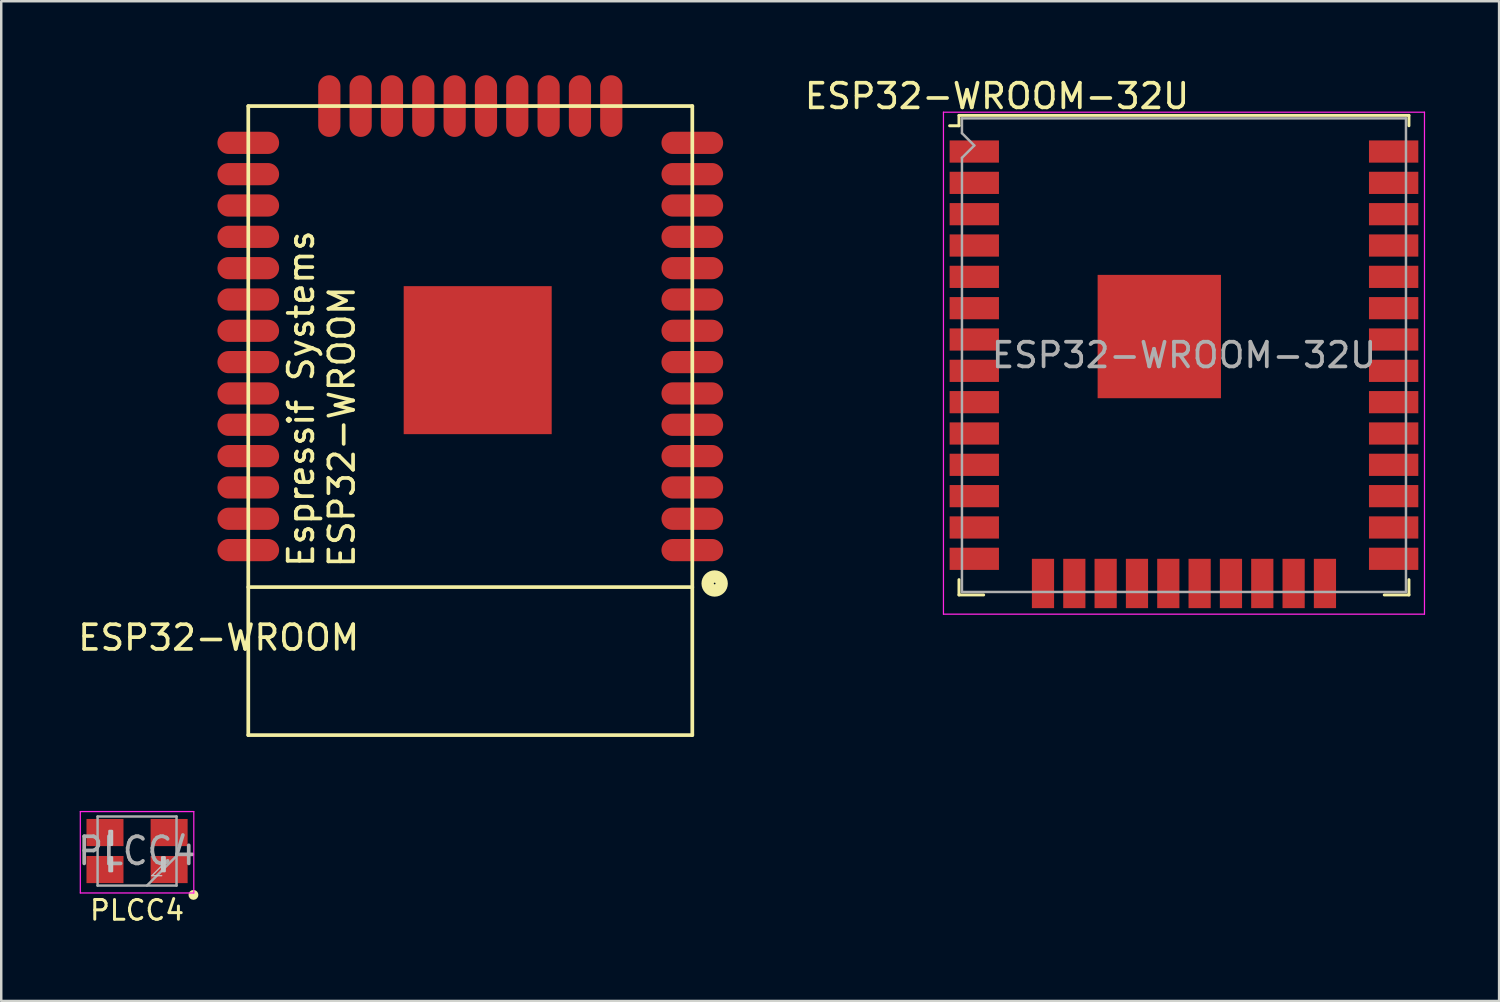
<source format=kicad_pcb>
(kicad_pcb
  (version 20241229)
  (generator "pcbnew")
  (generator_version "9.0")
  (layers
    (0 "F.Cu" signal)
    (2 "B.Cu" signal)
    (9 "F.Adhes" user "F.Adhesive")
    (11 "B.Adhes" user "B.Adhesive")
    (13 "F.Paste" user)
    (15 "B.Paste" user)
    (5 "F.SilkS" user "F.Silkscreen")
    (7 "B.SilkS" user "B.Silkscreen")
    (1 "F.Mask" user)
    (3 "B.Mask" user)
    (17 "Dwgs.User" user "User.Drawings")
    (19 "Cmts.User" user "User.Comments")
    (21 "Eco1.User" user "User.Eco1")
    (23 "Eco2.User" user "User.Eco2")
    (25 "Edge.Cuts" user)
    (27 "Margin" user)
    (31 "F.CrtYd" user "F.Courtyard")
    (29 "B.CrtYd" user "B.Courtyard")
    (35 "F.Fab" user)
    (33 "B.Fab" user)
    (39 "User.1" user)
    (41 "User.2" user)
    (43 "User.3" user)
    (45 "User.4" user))
  (footprint "PLCC4"
    (layer "F.Cu")
    (at 2.506 31.45)
    (property "Reference" "PLCC4" (at 0 2.4 0) (layer "F.SilkS") (effects (font (size 0.8 0.8) (thickness 0.12))))
    (attr smd)
    (fp_circle (center 2.286 1.778) (end 2.386 1.778) (stroke (width 0.2) (type solid)) (fill no) (layer "F.SilkS"))
    (fp_line (start 1 0.6) (end 0.6 1) (stroke (width 0.05) (type solid)) (layer "Dwgs.User"))
    (fp_line (start 1 1) (end 0.6 1) (stroke (width 0.05) (type solid)) (layer "Dwgs.User"))
    (fp_poly (pts (xy -1.119 -0.813) (xy -1.016 -0.813) (xy -1.016 -0.254) (xy -1.119 -0.254)) (stroke (width 0.1) (type solid)) (fill no) (layer "Dwgs.User"))
    (fp_poly (pts (xy -1.118 0.254) (xy -1.016 0.254) (xy -1.016 0.813) (xy -1.118 0.813)) (stroke (width 0.1) (type solid)) (fill no) (layer "Dwgs.User"))
    (fp_poly (pts (xy 1.017 0.254) (xy 1.118 0.254) (xy 1.118 0.814) (xy 1.017 0.814)) (stroke (width 0.1) (type solid)) (fill no) (layer "Dwgs.User"))
    (fp_line (start -2.3 -1.6) (end -2.3 1.7) (stroke (width 0.05) (type solid)) (layer "F.CrtYd"))
    (fp_line (start -2.3 -1.6) (end 2.3 -1.6) (stroke (width 0.05) (type solid)) (layer "F.CrtYd"))
    (fp_line (start 2.3 -1.6) (end 2.3 1.7) (stroke (width 0.05) (type solid)) (layer "F.CrtYd"))
    (fp_line (start 2.3 1.7) (end -2.3 1.7) (stroke (width 0.05) (type solid)) (layer "F.CrtYd"))
    (fp_line (start -1.6 -1.4) (end -1.6 1.4) (stroke (width 0.1) (type solid)) (layer "F.Fab"))
    (fp_line (start -1.6 -1.4) (end 1.6 -1.4) (stroke (width 0.1) (type solid)) (layer "F.Fab"))
    (fp_line (start -1.6 1.4) (end 1.6 1.4) (stroke (width 0.1) (type solid)) (layer "F.Fab"))
    (fp_line (start 1.6 -1.4) (end 1.6 1.4) (stroke (width 0.1) (type solid)) (layer "F.Fab"))
    (fp_line (start 1.6 0.2) (end 0.4 1.4) (stroke (width 0.1) (type solid)) (layer "F.Fab"))
    (fp_text user "${REFERENCE}" (at 0 0 0) (layer "F.Fab") (effects (font (size 1.1 1) (thickness 0.15))))
    (pad "1" smd rect (at 1.3 0.75) (size 1.5 1.1) (layers "F.Cu" "F.Mask" "F.Paste"))
    (pad "2" smd rect (at 1.3 -0.75) (size 1.5 1.1) (layers "F.Cu" "F.Mask" "F.Paste"))
    (pad "3" smd rect (at -1.3 -0.75) (size 1.5 1.1) (layers "F.Cu" "F.Mask" "F.Paste"))
    (pad "4" smd rect (at -1.3 0.75) (size 1.5 1.1) (layers "F.Cu" "F.Mask" "F.Paste")))
  (footprint "ESP32-WROOM-32U"
    (layer "F.Cu")
    (at 44.946 11.348)
    (property "Reference" "ESP32-WROOM-32U" (at -7.58 -10.5 180) (layer "F.SilkS") (effects (font (size 1 1) (thickness 0.15))))
    (attr smd)
    (fp_line (start -9.12 -9.72) (end -9.12 -9.3) (stroke (width 0.12) (type solid)) (layer "F.SilkS"))
    (fp_line (start -9.12 -9.72) (end 9.12 -9.72) (stroke (width 0.12) (type solid)) (layer "F.SilkS"))
    (fp_line (start -9.12 -9.3) (end -9.5 -9.3) (stroke (width 0.12) (type solid)) (layer "F.SilkS"))
    (fp_line (start -9.12 9.1) (end -9.12 9.72) (stroke (width 0.12) (type solid)) (layer "F.SilkS"))
    (fp_line (start -9.12 9.72) (end -8.12 9.72) (stroke (width 0.12) (type solid)) (layer "F.SilkS"))
    (fp_line (start 9.12 -9.72) (end 9.12 -9.3) (stroke (width 0.12) (type solid)) (layer "F.SilkS"))
    (fp_line (start 9.12 9.1) (end 9.12 9.72) (stroke (width 0.12) (type solid)) (layer "F.SilkS"))
    (fp_line (start 9.12 9.72) (end 8.12 9.72) (stroke (width 0.12) (type solid)) (layer "F.SilkS"))
    (fp_line (start -9.75 10.5) (end -9.75 -9.85) (stroke (width 0.05) (type solid)) (layer "F.CrtYd"))
    (fp_line (start -9.75 10.5) (end 9.75 10.5) (stroke (width 0.05) (type solid)) (layer "F.CrtYd"))
    (fp_line (start 9.75 -9.85) (end -9.75 -9.85) (stroke (width 0.05) (type solid)) (layer "F.CrtYd"))
    (fp_line (start 9.75 -9.85) (end 9.75 10.5) (stroke (width 0.05) (type solid)) (layer "F.CrtYd"))
    (fp_line (start -9 -9.6) (end -9 -9) (stroke (width 0.1) (type solid)) (layer "F.Fab"))
    (fp_line (start -9 -9.6) (end 9 -9.6) (stroke (width 0.1) (type solid)) (layer "F.Fab"))
    (fp_line (start -9 -8) (end -9 9.6) (stroke (width 0.1) (type solid)) (layer "F.Fab"))
    (fp_line (start -9 -8) (end -8.5 -8.5) (stroke (width 0.1) (type solid)) (layer "F.Fab"))
    (fp_line (start -9 9.6) (end 9 9.6) (stroke (width 0.1) (type solid)) (layer "F.Fab"))
    (fp_line (start -8.5 -8.5) (end -9 -9) (stroke (width 0.1) (type solid)) (layer "F.Fab"))
    (fp_line (start 9 9.6) (end 9 -9.6) (stroke (width 0.1) (type solid)) (layer "F.Fab"))
    (fp_text user "${REFERENCE}" (at 0 0 0) (layer "F.Fab") (effects (font (size 1 1) (thickness 0.15))))
    (pad "1" smd rect (at -8.5 -8.255) (size 2 0.9) (layers "F.Cu" "F.Mask" "F.Paste"))
    (pad "2" smd rect (at -8.5 -6.985) (size 2 0.9) (layers "F.Cu" "F.Mask" "F.Paste"))
    (pad "3" smd rect (at -8.5 -5.715) (size 2 0.9) (layers "F.Cu" "F.Mask" "F.Paste"))
    (pad "4" smd rect (at -8.5 -4.445) (size 2 0.9) (layers "F.Cu" "F.Mask" "F.Paste"))
    (pad "5" smd rect (at -8.5 -3.175) (size 2 0.9) (layers "F.Cu" "F.Mask" "F.Paste"))
    (pad "6" smd rect (at -8.5 -1.905) (size 2 0.9) (layers "F.Cu" "F.Mask" "F.Paste"))
    (pad "7" smd rect (at -8.5 -0.635) (size 2 0.9) (layers "F.Cu" "F.Mask" "F.Paste"))
    (pad "8" smd rect (at -8.5 0.635) (size 2 0.9) (layers "F.Cu" "F.Mask" "F.Paste"))
    (pad "9" smd rect (at -8.5 1.905) (size 2 0.9) (layers "F.Cu" "F.Mask" "F.Paste"))
    (pad "10" smd rect (at -8.5 3.175) (size 2 0.9) (layers "F.Cu" "F.Mask" "F.Paste"))
    (pad "11" smd rect (at -8.5 4.445) (size 2 0.9) (layers "F.Cu" "F.Mask" "F.Paste"))
    (pad "12" smd rect (at -8.5 5.715) (size 2 0.9) (layers "F.Cu" "F.Mask" "F.Paste"))
    (pad "13" smd rect (at -8.5 6.985) (size 2 0.9) (layers "F.Cu" "F.Mask" "F.Paste"))
    (pad "14" smd rect (at -8.5 8.255) (size 2 0.9) (layers "F.Cu" "F.Mask" "F.Paste"))
    (pad "15" smd rect (at -5.715 9.255 270) (size 2 0.9) (layers "F.Cu" "F.Mask" "F.Paste"))
    (pad "16" smd rect (at -4.445 9.255 90) (size 2 0.9) (layers "F.Cu" "F.Mask" "F.Paste"))
    (pad "17" smd rect (at -3.175 9.255 90) (size 2 0.9) (layers "F.Cu" "F.Mask" "F.Paste"))
    (pad "18" smd rect (at -1.905 9.255 90) (size 2 0.9) (layers "F.Cu" "F.Mask" "F.Paste"))
    (pad "19" smd rect (at -0.635 9.255 90) (size 2 0.9) (layers "F.Cu" "F.Mask" "F.Paste"))
    (pad "20" smd rect (at 0.635 9.255 90) (size 2 0.9) (layers "F.Cu" "F.Mask" "F.Paste"))
    (pad "21" smd rect (at 1.905 9.255 90) (size 2 0.9) (layers "F.Cu" "F.Mask" "F.Paste"))
    (pad "22" smd rect (at 3.175 9.255 90) (size 2 0.9) (layers "F.Cu" "F.Mask" "F.Paste"))
    (pad "23" smd rect (at 4.445 9.255 90) (size 2 0.9) (layers "F.Cu" "F.Mask" "F.Paste"))
    (pad "24" smd rect (at 5.715 9.255 90) (size 2 0.9) (layers "F.Cu" "F.Mask" "F.Paste"))
    (pad "25" smd rect (at 8.5 8.255) (size 2 0.9) (layers "F.Cu" "F.Mask" "F.Paste"))
    (pad "26" smd rect (at 8.5 6.985) (size 2 0.9) (layers "F.Cu" "F.Mask" "F.Paste"))
    (pad "27" smd rect (at 8.5 5.715) (size 2 0.9) (layers "F.Cu" "F.Mask" "F.Paste"))
    (pad "28" smd rect (at 8.5 4.445) (size 2 0.9) (layers "F.Cu" "F.Mask" "F.Paste"))
    (pad "29" smd rect (at 8.5 3.175) (size 2 0.9) (layers "F.Cu" "F.Mask" "F.Paste"))
    (pad "30" smd rect (at 8.5 1.905) (size 2 0.9) (layers "F.Cu" "F.Mask" "F.Paste"))
    (pad "31" smd rect (at 8.5 0.635) (size 2 0.9) (layers "F.Cu" "F.Mask" "F.Paste"))
    (pad "32" smd rect (at 8.5 -0.635) (size 2 0.9) (layers "F.Cu" "F.Mask" "F.Paste"))
    (pad "33" smd rect (at 8.5 -1.905) (size 2 0.9) (layers "F.Cu" "F.Mask" "F.Paste"))
    (pad "34" smd rect (at 8.5 -3.175) (size 2 0.9) (layers "F.Cu" "F.Mask" "F.Paste"))
    (pad "35" smd rect (at 8.5 -4.445) (size 2 0.9) (layers "F.Cu" "F.Mask" "F.Paste"))
    (pad "36" smd rect (at 8.5 -5.715) (size 2 0.9) (layers "F.Cu" "F.Mask" "F.Paste"))
    (pad "37" smd rect (at 8.5 -6.985) (size 2 0.9) (layers "F.Cu" "F.Mask" "F.Paste"))
    (pad "38" smd rect (at 8.5 -8.255) (size 2 0.9) (layers "F.Cu" "F.Mask" "F.Paste"))
    (pad "39" smd rect (at -1 -0.755) (size 5 5) (layers "F.Cu" "F.Mask" "F.Paste")))
  (footprint "ESP32-WROOM"
    (layer "F.Cu")
    (at 16.015 14)
    (property "Reference" "ESP32-WROOM" (at -10.2 8.8 0) (layer "F.SilkS") (effects (font (size 1 1) (thickness 0.15))))
    (attr through_hole)
    (fp_line (start -9 -12.75) (end 9 -12.75) (stroke (width 0.15) (type solid)) (layer "F.SilkS"))
    (fp_line (start -9 6.75) (end 9 6.75) (stroke (width 0.15) (type solid)) (layer "F.SilkS"))
    (fp_line (start -9 12.75) (end -9 -12.75) (stroke (width 0.15) (type solid)) (layer "F.SilkS"))
    (fp_line (start -9 12.75) (end 9 12.75) (stroke (width 0.15) (type solid)) (layer "F.SilkS"))
    (fp_line (start 9 12.75) (end 9 -12.75) (stroke (width 0.15) (type solid)) (layer "F.SilkS"))
    (fp_circle (center 9.906 6.604) (end 10.033 6.858) (stroke (width 0.5) (type solid)) (fill no) (layer "F.SilkS"))
    (fp_text user "Espressif Systems" (at -6.858 -0.889 90) (layer "F.SilkS") (effects (font (size 1 1) (thickness 0.15))))
    (fp_text user "ESP32-WROOM" (at -5.207 0.254 90) (layer "F.SilkS") (effects (font (size 1 1) (thickness 0.15))))
    (pad "1" smd oval (at 9 5.25) (size 2.5 0.9) (layers "F.Cu" "F.Mask" "F.Paste"))
    (pad "2" smd oval (at 9 3.98) (size 2.5 0.9) (layers "F.Cu" "F.Mask" "F.Paste"))
    (pad "3" smd oval (at 9 2.71) (size 2.5 0.9) (layers "F.Cu" "F.Mask" "F.Paste"))
    (pad "4" smd oval (at 9 1.44) (size 2.5 0.9) (layers "F.Cu" "F.Mask" "F.Paste"))
    (pad "5" smd oval (at 9 0.17) (size 2.5 0.9) (layers "F.Cu" "F.Mask" "F.Paste"))
    (pad "6" smd oval (at 9 -1.1) (size 2.5 0.9) (layers "F.Cu" "F.Mask" "F.Paste"))
    (pad "7" smd oval (at 9 -2.37) (size 2.5 0.9) (layers "F.Cu" "F.Mask" "F.Paste"))
    (pad "8" smd oval (at 9 -3.64) (size 2.5 0.9) (layers "F.Cu" "F.Mask" "F.Paste"))
    (pad "9" smd oval (at 9 -4.91) (size 2.5 0.9) (layers "F.Cu" "F.Mask" "F.Paste"))
    (pad "10" smd oval (at 9 -6.18) (size 2.5 0.9) (layers "F.Cu" "F.Mask" "F.Paste"))
    (pad "11" smd oval (at 9 -7.45) (size 2.5 0.9) (layers "F.Cu" "F.Mask" "F.Paste"))
    (pad "12" smd oval (at 9 -8.72) (size 2.5 0.9) (layers "F.Cu" "F.Mask" "F.Paste"))
    (pad "13" smd oval (at 9 -9.99) (size 2.5 0.9) (layers "F.Cu" "F.Mask" "F.Paste"))
    (pad "14" smd oval (at 9 -11.26) (size 2.5 0.9) (layers "F.Cu" "F.Mask" "F.Paste"))
    (pad "15" smd oval (at 5.715 -12.75) (size 0.9 2.5) (layers "F.Cu" "F.Mask" "F.Paste"))
    (pad "16" smd oval (at 4.445 -12.75) (size 0.9 2.5) (layers "F.Cu" "F.Mask" "F.Paste"))
    (pad "17" smd oval (at 3.175 -12.75) (size 0.9 2.5) (layers "F.Cu" "F.Mask" "F.Paste"))
    (pad "18" smd oval (at 1.905 -12.75) (size 0.9 2.5) (layers "F.Cu" "F.Mask" "F.Paste"))
    (pad "19" smd oval (at 0.635 -12.75) (size 0.9 2.5) (layers "F.Cu" "F.Mask" "F.Paste"))
    (pad "20" smd oval (at -0.635 -12.75) (size 0.9 2.5) (layers "F.Cu" "F.Mask" "F.Paste"))
    (pad "21" smd oval (at -1.905 -12.75) (size 0.9 2.5) (layers "F.Cu" "F.Mask" "F.Paste"))
    (pad "22" smd oval (at -3.175 -12.75) (size 0.9 2.5) (layers "F.Cu" "F.Mask" "F.Paste"))
    (pad "23" smd oval (at -4.445 -12.75) (size 0.9 2.5) (layers "F.Cu" "F.Mask" "F.Paste"))
    (pad "24" smd oval (at -5.715 -12.75) (size 0.9 2.5) (layers "F.Cu" "F.Mask" "F.Paste"))
    (pad "25" smd oval (at -9 -11.26) (size 2.5 0.9) (layers "F.Cu" "F.Mask" "F.Paste"))
    (pad "26" smd oval (at -9 -9.99) (size 2.5 0.9) (layers "F.Cu" "F.Mask" "F.Paste"))
    (pad "27" smd oval (at -9 -8.72) (size 2.5 0.9) (layers "F.Cu" "F.Mask" "F.Paste"))
    (pad "28" smd oval (at -9 -7.45) (size 2.5 0.9) (layers "F.Cu" "F.Mask" "F.Paste"))
    (pad "29" smd oval (at -9 -6.18) (size 2.5 0.9) (layers "F.Cu" "F.Mask" "F.Paste"))
    (pad "30" smd oval (at -9 -4.91) (size 2.5 0.9) (layers "F.Cu" "F.Mask" "F.Paste"))
    (pad "31" smd oval (at -9 -3.64) (size 2.5 0.9) (layers "F.Cu" "F.Mask" "F.Paste"))
    (pad "32" smd oval (at -9 -2.37) (size 2.5 0.9) (layers "F.Cu" "F.Mask" "F.Paste"))
    (pad "33" smd oval (at -9 -1.1) (size 2.5 0.9) (layers "F.Cu" "F.Mask" "F.Paste"))
    (pad "34" smd oval (at -9 0.17) (size 2.5 0.9) (layers "F.Cu" "F.Mask" "F.Paste"))
    (pad "35" smd oval (at -9 1.44) (size 2.5 0.9) (layers "F.Cu" "F.Mask" "F.Paste"))
    (pad "36" smd oval (at -9 2.71) (size 2.5 0.9) (layers "F.Cu" "F.Mask" "F.Paste"))
    (pad "37" smd oval (at -9 3.98) (size 2.5 0.9) (layers "F.Cu" "F.Mask" "F.Paste"))
    (pad "38" smd oval (at -9 5.25) (size 2.5 0.9) (layers "F.Cu" "F.Mask" "F.Paste"))
    (pad "39" smd rect (at 0.3 -2.45) (size 6 6) (layers "F.Cu" "F.Mask" "F.Paste")))
  (gr_rect
    (start -3 -3)
    (end 57.721 37.529)
    (stroke (width 0.1) (type default))
    (fill no)
    (layer "Edge.Cuts")))
</source>
